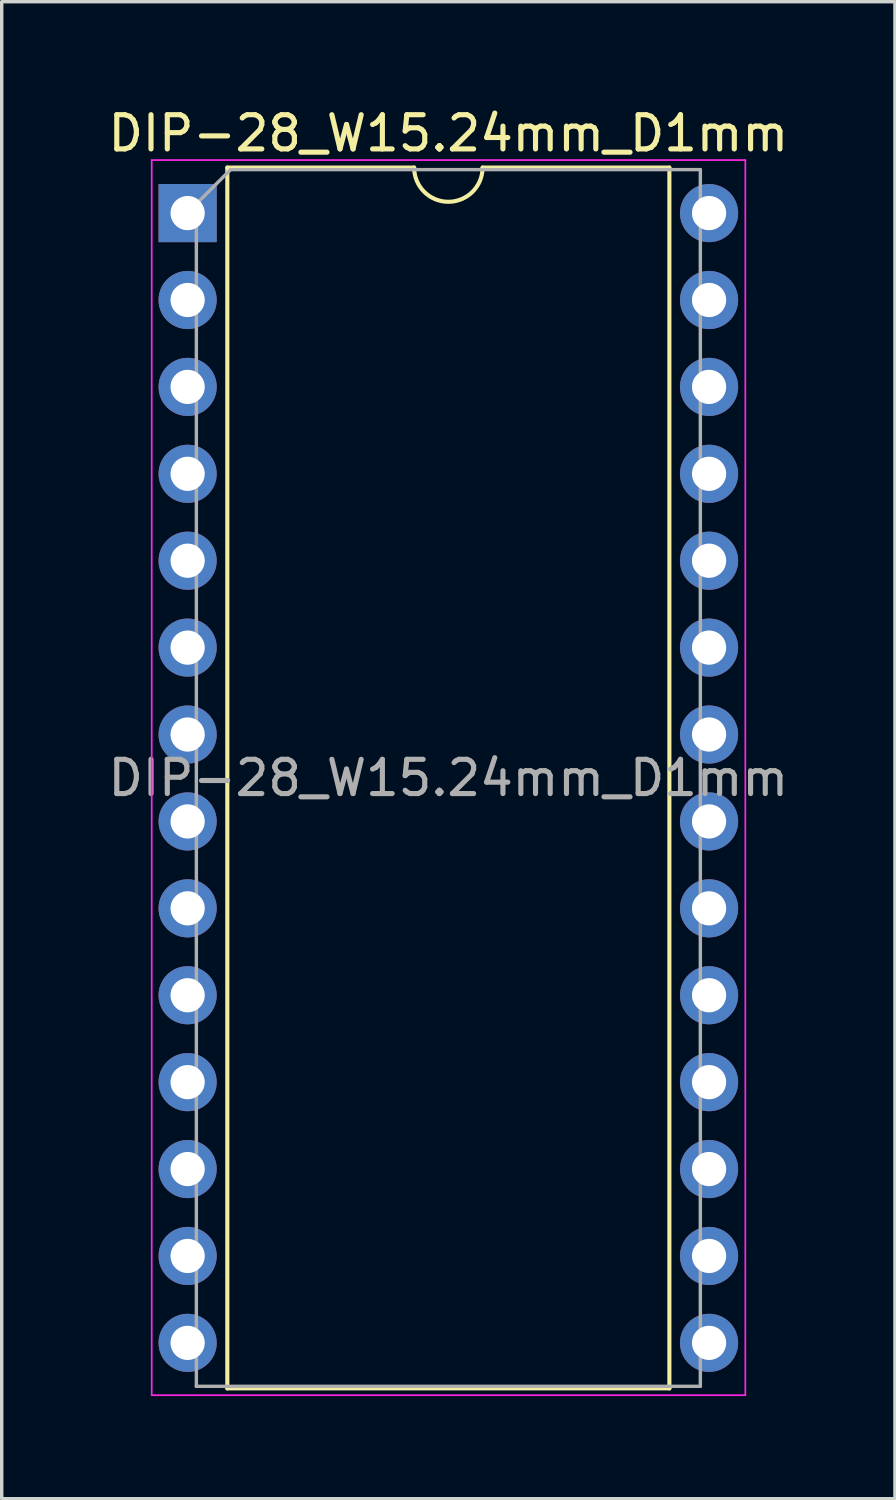
<source format=kicad_pcb>
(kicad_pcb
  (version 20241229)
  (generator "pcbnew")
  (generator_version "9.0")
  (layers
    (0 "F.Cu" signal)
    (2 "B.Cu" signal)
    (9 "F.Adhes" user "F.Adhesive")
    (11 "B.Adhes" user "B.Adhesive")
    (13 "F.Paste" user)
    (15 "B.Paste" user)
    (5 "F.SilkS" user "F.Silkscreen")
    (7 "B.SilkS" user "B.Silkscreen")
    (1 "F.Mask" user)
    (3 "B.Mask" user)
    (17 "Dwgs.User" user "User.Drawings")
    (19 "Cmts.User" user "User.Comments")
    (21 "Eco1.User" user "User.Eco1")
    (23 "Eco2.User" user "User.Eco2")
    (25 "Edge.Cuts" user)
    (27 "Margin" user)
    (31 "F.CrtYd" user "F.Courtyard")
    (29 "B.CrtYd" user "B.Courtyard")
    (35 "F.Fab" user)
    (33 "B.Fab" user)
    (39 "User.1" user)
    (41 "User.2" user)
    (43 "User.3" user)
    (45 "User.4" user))
  (footprint "DIP-28_W15.24mm_D1mm"
    (layer "F.Cu")
    (at 2.434 3.178)
    (property "Reference" "DIP-28_W15.24mm_D1mm" (at 7.62 -2.33 0) (layer "F.SilkS") (effects (font (size 1 1) (thickness 0.15))))
    (attr through_hole)
    (fp_line (start 1.16 -1.33) (end 1.16 34.35) (stroke (width 0.12) (type solid)) (layer "F.SilkS"))
    (fp_line (start 1.16 34.35) (end 14.08 34.35) (stroke (width 0.12) (type solid)) (layer "F.SilkS"))
    (fp_line (start 6.62 -1.33) (end 1.16 -1.33) (stroke (width 0.12) (type solid)) (layer "F.SilkS"))
    (fp_line (start 14.08 -1.33) (end 8.62 -1.33) (stroke (width 0.12) (type solid)) (layer "F.SilkS"))
    (fp_line (start 14.08 34.35) (end 14.08 -1.33) (stroke (width 0.12) (type solid)) (layer "F.SilkS"))
    (fp_arc (start 8.62 -1.33) (mid 7.62 -0.33) (end 6.62 -1.33) (stroke (width 0.12) (type solid)) (layer "F.SilkS"))
    (fp_line (start -1.05 -1.55) (end -1.05 34.55) (stroke (width 0.05) (type solid)) (layer "F.CrtYd"))
    (fp_line (start -1.05 34.55) (end 16.3 34.55) (stroke (width 0.05) (type solid)) (layer "F.CrtYd"))
    (fp_line (start 16.3 -1.55) (end -1.05 -1.55) (stroke (width 0.05) (type solid)) (layer "F.CrtYd"))
    (fp_line (start 16.3 34.55) (end 16.3 -1.55) (stroke (width 0.05) (type solid)) (layer "F.CrtYd"))
    (fp_line (start 0.255 -0.27) (end 1.255 -1.27) (stroke (width 0.1) (type solid)) (layer "F.Fab"))
    (fp_line (start 0.255 34.29) (end 0.255 -0.27) (stroke (width 0.1) (type solid)) (layer "F.Fab"))
    (fp_line (start 1.255 -1.27) (end 14.985 -1.27) (stroke (width 0.1) (type solid)) (layer "F.Fab"))
    (fp_line (start 14.985 -1.27) (end 14.985 34.29) (stroke (width 0.1) (type solid)) (layer "F.Fab"))
    (fp_line (start 14.985 34.29) (end 0.255 34.29) (stroke (width 0.1) (type solid)) (layer "F.Fab"))
    (fp_text user "${REFERENCE}" (at 7.62 16.51 0) (layer "F.Fab") (effects (font (size 1 1) (thickness 0.15))))
    (pad "1" thru_hole rect (at 0 0) (size 1.7 1.7) (drill 1) (layers "*.Cu" "*.Mask"))
    (pad "2" thru_hole oval (at 0 2.54) (size 1.7 1.7) (drill 1) (layers "*.Cu" "*.Mask"))
    (pad "3" thru_hole oval (at 0 5.08) (size 1.7 1.7) (drill 1) (layers "*.Cu" "*.Mask"))
    (pad "4" thru_hole oval (at 0 7.62) (size 1.7 1.7) (drill 1) (layers "*.Cu" "*.Mask"))
    (pad "5" thru_hole oval (at 0 10.16) (size 1.7 1.7) (drill 1) (layers "*.Cu" "*.Mask"))
    (pad "6" thru_hole oval (at 0 12.7) (size 1.7 1.7) (drill 1) (layers "*.Cu" "*.Mask"))
    (pad "7" thru_hole oval (at 0 15.24) (size 1.7 1.7) (drill 1) (layers "*.Cu" "*.Mask"))
    (pad "8" thru_hole oval (at 0 17.78) (size 1.7 1.7) (drill 1) (layers "*.Cu" "*.Mask"))
    (pad "9" thru_hole oval (at 0 20.32) (size 1.7 1.7) (drill 1) (layers "*.Cu" "*.Mask"))
    (pad "10" thru_hole oval (at 0 22.86) (size 1.7 1.7) (drill 1) (layers "*.Cu" "*.Mask"))
    (pad "11" thru_hole oval (at 0 25.4) (size 1.7 1.7) (drill 1) (layers "*.Cu" "*.Mask"))
    (pad "12" thru_hole oval (at 0 27.94) (size 1.7 1.7) (drill 1) (layers "*.Cu" "*.Mask"))
    (pad "13" thru_hole oval (at 0 30.48) (size 1.7 1.7) (drill 1) (layers "*.Cu" "*.Mask"))
    (pad "14" thru_hole oval (at 0 33.02) (size 1.7 1.7) (drill 1) (layers "*.Cu" "*.Mask"))
    (pad "15" thru_hole oval (at 15.24 33.02) (size 1.7 1.7) (drill 1) (layers "*.Cu" "*.Mask"))
    (pad "16" thru_hole oval (at 15.24 30.48) (size 1.7 1.7) (drill 1) (layers "*.Cu" "*.Mask"))
    (pad "17" thru_hole oval (at 15.24 27.94) (size 1.7 1.7) (drill 1) (layers "*.Cu" "*.Mask"))
    (pad "18" thru_hole oval (at 15.24 25.4) (size 1.7 1.7) (drill 1) (layers "*.Cu" "*.Mask"))
    (pad "19" thru_hole oval (at 15.24 22.86) (size 1.7 1.7) (drill 1) (layers "*.Cu" "*.Mask"))
    (pad "20" thru_hole oval (at 15.24 20.32) (size 1.7 1.7) (drill 1) (layers "*.Cu" "*.Mask"))
    (pad "21" thru_hole oval (at 15.24 17.78) (size 1.7 1.7) (drill 1) (layers "*.Cu" "*.Mask"))
    (pad "22" thru_hole oval (at 15.24 15.24) (size 1.7 1.7) (drill 1) (layers "*.Cu" "*.Mask"))
    (pad "23" thru_hole oval (at 15.24 12.7) (size 1.7 1.7) (drill 1) (layers "*.Cu" "*.Mask"))
    (pad "24" thru_hole oval (at 15.24 10.16) (size 1.7 1.7) (drill 1) (layers "*.Cu" "*.Mask"))
    (pad "25" thru_hole oval (at 15.24 7.62) (size 1.7 1.7) (drill 1) (layers "*.Cu" "*.Mask"))
    (pad "26" thru_hole oval (at 15.24 5.08) (size 1.7 1.7) (drill 1) (layers "*.Cu" "*.Mask"))
    (pad "27" thru_hole oval (at 15.24 2.54) (size 1.7 1.7) (drill 1) (layers "*.Cu" "*.Mask"))
    (pad "28" thru_hole oval (at 15.24 0) (size 1.7 1.7) (drill 1) (layers "*.Cu" "*.Mask")))
  (gr_rect
    (start -3 -3)
    (end 23.107 40.753)
    (stroke (width 0.1) (type default))
    (fill no)
    (layer "Edge.Cuts")))
</source>
